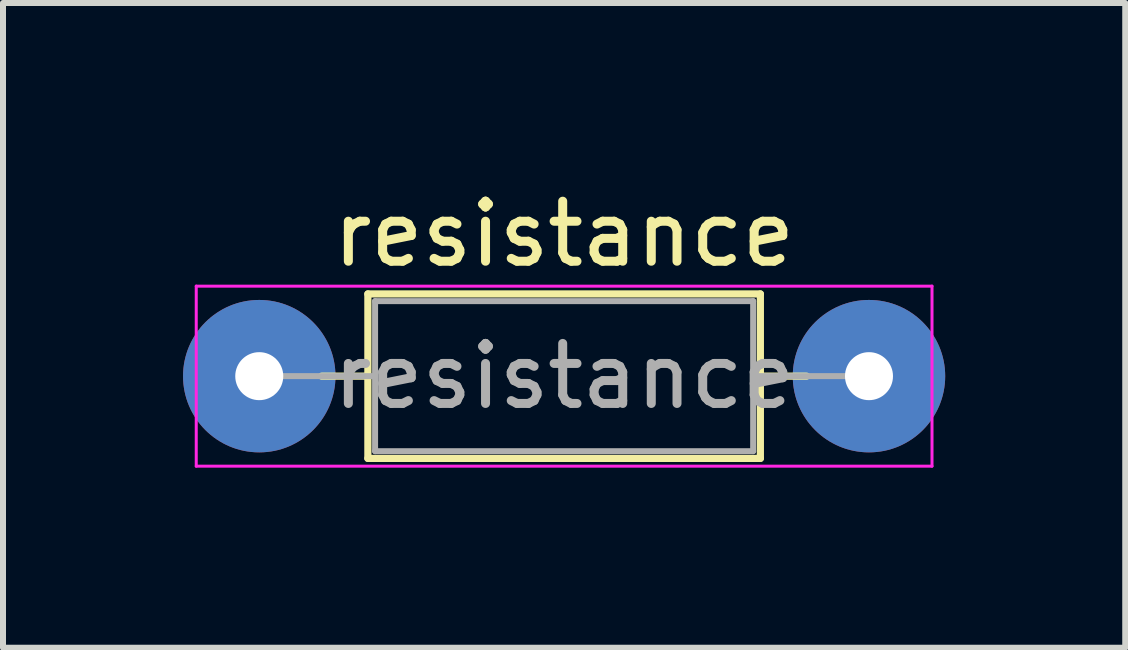
<source format=kicad_pcb>
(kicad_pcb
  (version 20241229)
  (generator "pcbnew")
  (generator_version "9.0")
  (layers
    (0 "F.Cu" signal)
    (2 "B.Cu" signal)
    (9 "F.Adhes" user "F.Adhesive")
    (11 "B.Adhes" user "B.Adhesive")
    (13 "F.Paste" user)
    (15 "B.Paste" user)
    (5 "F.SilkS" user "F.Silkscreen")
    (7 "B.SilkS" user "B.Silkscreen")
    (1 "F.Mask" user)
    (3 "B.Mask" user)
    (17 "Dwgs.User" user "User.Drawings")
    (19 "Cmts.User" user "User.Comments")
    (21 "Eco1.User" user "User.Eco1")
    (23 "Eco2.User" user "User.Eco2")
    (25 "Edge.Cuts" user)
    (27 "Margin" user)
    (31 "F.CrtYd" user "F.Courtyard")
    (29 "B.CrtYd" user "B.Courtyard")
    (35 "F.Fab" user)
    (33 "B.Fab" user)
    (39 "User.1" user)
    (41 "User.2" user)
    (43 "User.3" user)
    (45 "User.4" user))
  (footprint "resistance"
    (layer "F.Cu")
    (at 1.27 3.218)
    (property "Reference" "resistance" (at 5.08 -2.37 0) (layer "F.SilkS") (effects (font (size 1 1) (thickness 0.15))))
    (attr through_hole)
    (fp_line (start 1.04 0) (end 1.81 0) (stroke (width 0.12) (type solid)) (layer "F.SilkS"))
    (fp_line (start 1.81 -1.37) (end 1.81 1.37) (stroke (width 0.12) (type solid)) (layer "F.SilkS"))
    (fp_line (start 1.81 1.37) (end 8.35 1.37) (stroke (width 0.12) (type solid)) (layer "F.SilkS"))
    (fp_line (start 8.35 -1.37) (end 1.81 -1.37) (stroke (width 0.12) (type solid)) (layer "F.SilkS"))
    (fp_line (start 8.35 1.37) (end 8.35 -1.37) (stroke (width 0.12) (type solid)) (layer "F.SilkS"))
    (fp_line (start 9.12 0) (end 8.35 0) (stroke (width 0.12) (type solid)) (layer "F.SilkS"))
    (fp_line (start -1.05 -1.5) (end -1.05 1.5) (stroke (width 0.05) (type solid)) (layer "F.CrtYd"))
    (fp_line (start -1.05 1.5) (end 11.21 1.5) (stroke (width 0.05) (type solid)) (layer "F.CrtYd"))
    (fp_line (start 11.21 -1.5) (end -1.05 -1.5) (stroke (width 0.05) (type solid)) (layer "F.CrtYd"))
    (fp_line (start 11.21 1.5) (end 11.21 -1.5) (stroke (width 0.05) (type solid)) (layer "F.CrtYd"))
    (fp_line (start 0 0) (end 1.93 0) (stroke (width 0.1) (type solid)) (layer "F.Fab"))
    (fp_line (start 1.93 -1.25) (end 1.93 1.25) (stroke (width 0.1) (type solid)) (layer "F.Fab"))
    (fp_line (start 1.93 1.25) (end 8.23 1.25) (stroke (width 0.1) (type solid)) (layer "F.Fab"))
    (fp_line (start 8.23 -1.25) (end 1.93 -1.25) (stroke (width 0.1) (type solid)) (layer "F.Fab"))
    (fp_line (start 8.23 1.25) (end 8.23 -1.25) (stroke (width 0.1) (type solid)) (layer "F.Fab"))
    (fp_line (start 10.16 0) (end 8.23 0) (stroke (width 0.1) (type solid)) (layer "F.Fab"))
    (fp_text user "${REFERENCE}" (at 5.08 0 0) (layer "F.Fab") (effects (font (size 1 1) (thickness 0.15))))
    (pad "1" thru_hole circle (at 0 0) (size 2.54 2.54) (drill 0.8) (layers "*.Cu" "*.Mask"))
    (pad "2" thru_hole circle (at 10.16 0) (size 2.54 2.54) (drill 0.8) (layers "*.Cu" "*.Mask")))
  (gr_rect
    (start -3 -3)
    (end 15.7 7.743)
    (stroke (width 0.1) (type default))
    (fill no)
    (layer "Edge.Cuts")))
</source>
